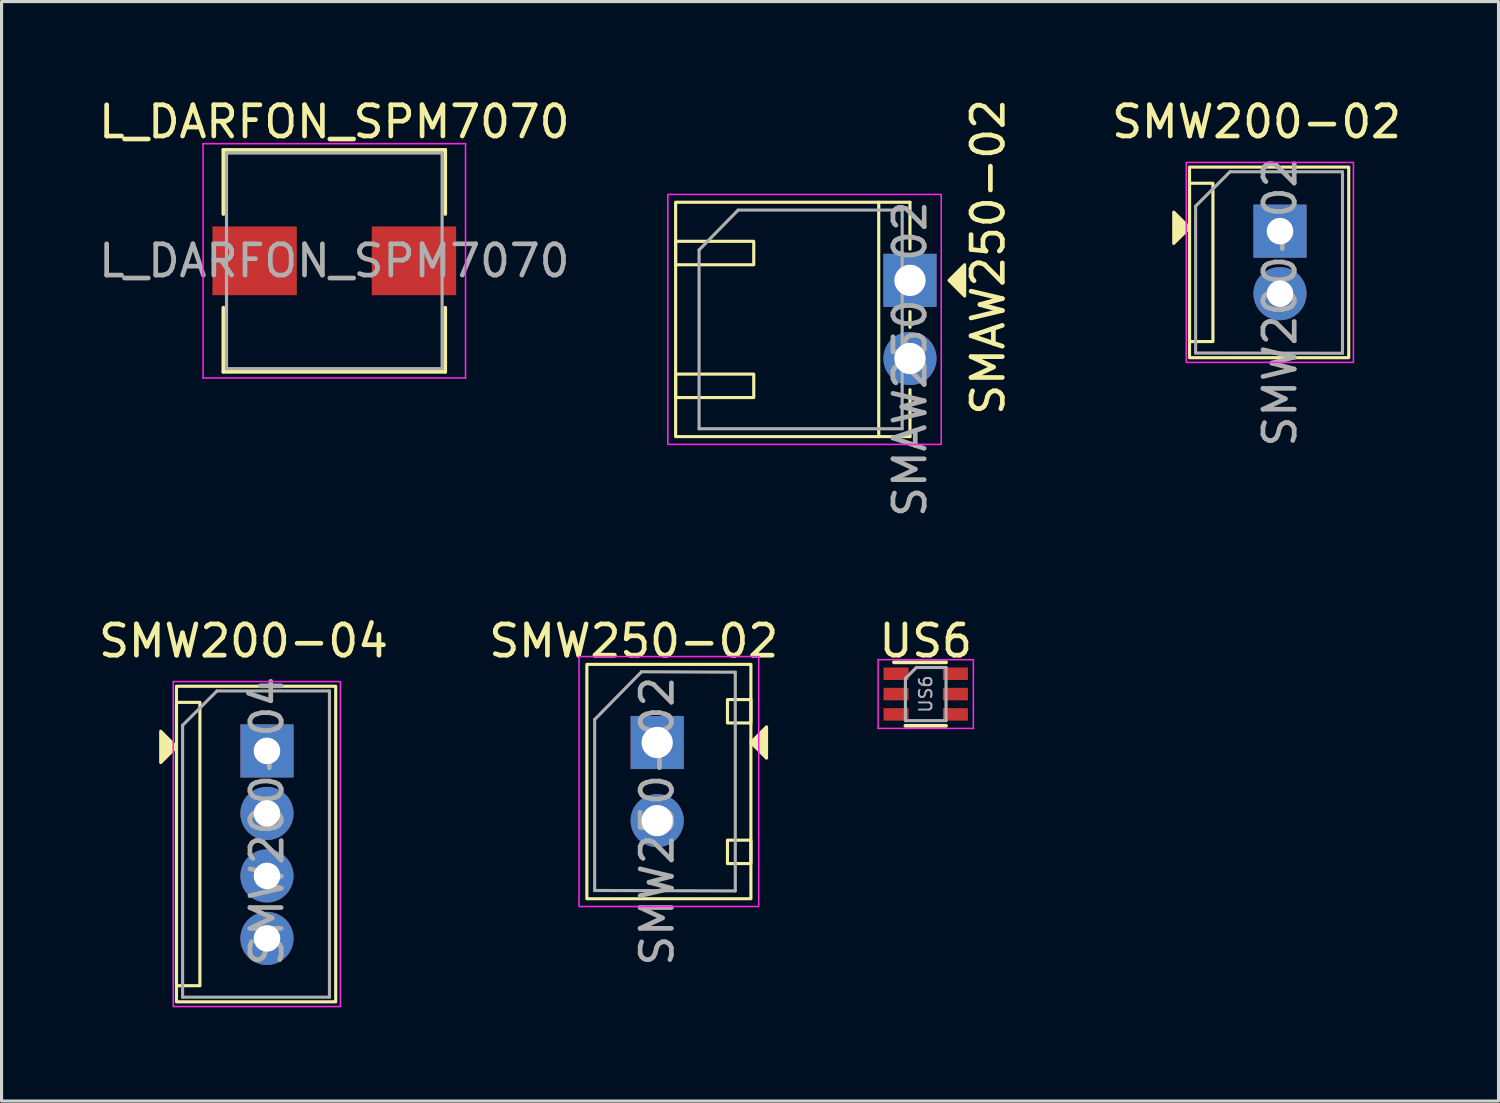
<source format=kicad_pcb>
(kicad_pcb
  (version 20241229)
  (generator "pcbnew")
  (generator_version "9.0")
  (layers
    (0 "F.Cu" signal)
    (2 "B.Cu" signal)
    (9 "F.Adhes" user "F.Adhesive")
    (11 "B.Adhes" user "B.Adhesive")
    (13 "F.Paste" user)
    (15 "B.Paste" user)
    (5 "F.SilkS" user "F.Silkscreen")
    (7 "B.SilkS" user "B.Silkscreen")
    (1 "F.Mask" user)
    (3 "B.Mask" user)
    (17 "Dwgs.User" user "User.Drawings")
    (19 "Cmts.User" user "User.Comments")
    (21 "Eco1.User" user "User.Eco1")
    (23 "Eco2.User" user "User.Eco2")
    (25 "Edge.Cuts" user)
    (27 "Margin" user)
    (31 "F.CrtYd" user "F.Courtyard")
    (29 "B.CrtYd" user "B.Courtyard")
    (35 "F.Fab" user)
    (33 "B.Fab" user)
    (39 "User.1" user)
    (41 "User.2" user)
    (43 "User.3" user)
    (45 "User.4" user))
  (footprint "SMW200-04"
    (layer "F.Cu")
    (at 5.494 23.983)
    (property "Reference" "SMW200-04" (at -0.75 -6.52 0) (layer "F.SilkS") (effects (font (size 1 1) (thickness 0.15))))
    (attr through_hole)
    (fp_rect (start -2.896 -5.07) (end 2.2 5.03) (stroke (width 0.1) (type default)) (fill no) (layer "F.SilkS"))
    (fp_rect (start -2.896 -4.554) (end -2.146 4.514) (stroke (width 0.1) (type default)) (fill no) (layer "F.SilkS"))
    (fp_poly (pts (xy -2.9 -3.129) (xy -3.4 -2.629) (xy -3.4 -3.629)) (stroke (width 0.1) (type solid)) (fill yes) (layer "F.SilkS"))
    (fp_rect (start -3 -5.22) (end 2.35 5.18) (stroke (width 0.05) (type default)) (fill no) (layer "F.CrtYd"))
    (fp_line (start -2.7 -3.82) (end -1.6 -4.92) (stroke (width 0.1) (type solid)) (layer "F.Fab"))
    (fp_line (start -2.7 4.88) (end -2.7 -3.82) (stroke (width 0.1) (type solid)) (layer "F.Fab"))
    (fp_line (start -1.6 -4.92) (end 2 -4.92) (stroke (width 0.1) (type solid)) (layer "F.Fab"))
    (fp_line (start 2 -4.92) (end 2 4.88) (stroke (width 0.1) (type solid)) (layer "F.Fab"))
    (fp_line (start 2 4.88) (end -2.7 4.88) (stroke (width 0.1) (type solid)) (layer "F.Fab"))
    (fp_text user "${REFERENCE}" (at 0 -0.75 90) (layer "F.Fab") (effects (font (size 1 1) (thickness 0.15))))
    (pad "1" thru_hole rect (at 0 -3) (size 1.7 1.7) (drill 0.85) (layers "*.Cu" "*.Mask"))
    (pad "2" thru_hole oval (at 0 -1) (size 1.7 1.7) (drill 0.85) (layers "*.Cu" "*.Mask"))
    (pad "3" thru_hole oval (at 0 1) (size 1.7 1.7) (drill 0.85) (layers "*.Cu" "*.Mask"))
    (pad "4" thru_hole oval (at 0 3) (size 1.7 1.7) (drill 0.85) (layers "*.Cu" "*.Mask")))
  (footprint "SMW250-02"
    (layer "F.Cu")
    (at 17.982 21.963)
    (property "Reference" "SMW250-02" (at -0.75 -4.5 0) (layer "F.SilkS") (effects (font (size 1 1) (thickness 0.15))))
    (attr through_hole)
    (fp_rect (start -2.25 -3.75) (end 3 3.75) (stroke (width 0.1) (type default)) (fill no) (layer "F.SilkS"))
    (fp_rect (start 2.25 -2.625) (end 3 -1.875) (stroke (width 0.1) (type default)) (fill no) (layer "F.SilkS"))
    (fp_rect (start 2.25 1.875) (end 3 2.625) (stroke (width 0.1) (type default)) (fill no) (layer "F.SilkS"))
    (fp_poly (pts (xy 3 -1.25) (xy 3.5 -1.75) (xy 3.5 -0.75)) (stroke (width 0.1) (type solid)) (fill yes) (layer "F.SilkS"))
    (fp_rect (start -2.5 -4) (end 3.25 4) (stroke (width 0.05) (type default)) (fill no) (layer "F.CrtYd"))
    (fp_line (start -2 -1.986) (end -0.5 -3.514) (stroke (width 0.1) (type solid)) (layer "F.Fab"))
    (fp_line (start -2 3.486) (end -2 -1.986) (stroke (width 0.1) (type solid)) (layer "F.Fab"))
    (fp_line (start -0.5 -3.514) (end 2.5 -3.5) (stroke (width 0.1) (type solid)) (layer "F.Fab"))
    (fp_line (start 2.5 -3.5) (end 2.5 3.5) (stroke (width 0.1) (type solid)) (layer "F.Fab"))
    (fp_line (start 2.5 3.5) (end -2 3.486) (stroke (width 0.1) (type solid)) (layer "F.Fab"))
    (fp_text user "${REFERENCE}" (at 0 1.27 90) (layer "F.Fab") (effects (font (size 1 1) (thickness 0.15))))
    (pad "1" thru_hole rect (at 0 -1.25) (size 1.7 1.7) (drill 1) (layers "*.Cu" "*.Mask"))
    (pad "2" thru_hole oval (at 0 1.25) (size 1.7 1.7) (drill 1) (layers "*.Cu" "*.Mask")))
  (footprint "SMAW250-02"
    (layer "F.Cu")
    (at 26.073 7.173)
    (property "Reference" "SMAW250-02" (at 2.5 -2 90) (layer "F.SilkS") (effects (font (size 1 1) (thickness 0.15))))
    (attr through_hole)
    (fp_line (start -1 -3.75) (end 0 -3.75) (stroke (width 0.1) (type default)) (layer "F.SilkS"))
    (fp_line (start -1 3.75) (end 0 3.75) (stroke (width 0.1) (type default)) (layer "F.SilkS"))
    (fp_line (start 0 -3.75) (end 0 -2.25) (stroke (width 0.1) (type default)) (layer "F.SilkS"))
    (fp_line (start 0 -0.25) (end 0 0.25) (stroke (width 0.1) (type default)) (layer "F.SilkS"))
    (fp_line (start 0 3.75) (end 0 2.25) (stroke (width 0.1) (type default)) (layer "F.SilkS"))
    (fp_rect (start -7.5 -3.75) (end -1 3.75) (stroke (width 0.1) (type default)) (fill no) (layer "F.SilkS"))
    (fp_rect (start -7.5 -2.5) (end -5 -1.75) (stroke (width 0.1) (type default)) (fill no) (layer "F.SilkS"))
    (fp_rect (start -7.5 1.75) (end -5 2.5) (stroke (width 0.1) (type default)) (fill no) (layer "F.SilkS"))
    (fp_poly (pts (xy 1.25 -1.25) (xy 1.75 -1.75) (xy 1.75 -0.75)) (stroke (width 0.1) (type solid)) (fill yes) (layer "F.SilkS"))
    (fp_rect (start -7.75 -4) (end 1 4) (stroke (width 0.05) (type default)) (fill no) (layer "F.CrtYd"))
    (fp_line (start -6.75 -2.223) (end -5.5 -3.5) (stroke (width 0.1) (type solid)) (layer "F.Fab"))
    (fp_line (start -6.75 3.5) (end -6.75 -2.223) (stroke (width 0.1) (type solid)) (layer "F.Fab"))
    (fp_line (start -5.5 -3.5) (end -0.25 -3.5) (stroke (width 0.1) (type solid)) (layer "F.Fab"))
    (fp_line (start -0.25 -3.5) (end -0.25 3.5) (stroke (width 0.1) (type solid)) (layer "F.Fab"))
    (fp_line (start -0.25 3.5) (end -6.75 3.5) (stroke (width 0.1) (type solid)) (layer "F.Fab"))
    (fp_text user "${REFERENCE}" (at 0 1.27 90) (layer "F.Fab") (effects (font (size 1 1) (thickness 0.15))))
    (pad "1" thru_hole rect (at 0 -1.25) (size 1.7 1.7) (drill 1) (layers "*.Cu" "*.Mask"))
    (pad "2" thru_hole oval (at 0 1.25) (size 1.7 1.7) (drill 1) (layers "*.Cu" "*.Mask")))
  (footprint "US6"
    (layer "F.Cu")
    (at 26.577 19.163)
    (property "Reference" "US6" (at 0 -1.7 0) (layer "F.SilkS") (effects (font (size 1 1) (thickness 0.15))))
    (attr smd)
    (fp_line (start -1.016 -1.016) (end 0.65 -1.016) (stroke (width 0.12) (type solid)) (layer "F.SilkS"))
    (fp_line (start 0.65 1.016) (end -0.65 1.016) (stroke (width 0.12) (type solid)) (layer "F.SilkS"))
    (fp_line (start -1.524 -1.1) (end -1.524 1.1) (stroke (width 0.05) (type solid)) (layer "F.CrtYd"))
    (fp_line (start -1.524 -1.1) (end 1.524 -1.1) (stroke (width 0.05) (type solid)) (layer "F.CrtYd"))
    (fp_line (start 1.524 1.1) (end -1.524 1.1) (stroke (width 0.05) (type solid)) (layer "F.CrtYd"))
    (fp_line (start 1.524 1.1) (end 1.524 -1.1) (stroke (width 0.05) (type solid)) (layer "F.CrtYd"))
    (fp_line (start -0.65 -0.5) (end -0.65 0.85) (stroke (width 0.1) (type solid)) (layer "F.Fab"))
    (fp_line (start -0.65 -0.5) (end -0.3 -0.85) (stroke (width 0.1) (type solid)) (layer "F.Fab"))
    (fp_line (start -0.65 0.85) (end 0.65 0.85) (stroke (width 0.1) (type solid)) (layer "F.Fab"))
    (fp_line (start 0.65 -0.85) (end -0.3 -0.85) (stroke (width 0.1) (type solid)) (layer "F.Fab"))
    (fp_line (start 0.65 0.85) (end 0.65 -0.85) (stroke (width 0.1) (type solid)) (layer "F.Fab"))
    (fp_text user "${REFERENCE}" (at 0 0 90) (layer "F.Fab") (effects (font (size 0.4 0.4) (thickness 0.062))))
    (pad "1" smd rect (at -0.95 -0.65) (size 0.8 0.4) (layers "F.Cu" "F.Mask" "F.Paste"))
    (pad "2" smd rect (at -0.95 0) (size 0.8 0.4) (layers "F.Cu" "F.Mask" "F.Paste"))
    (pad "3" smd rect (at -0.95 0.65) (size 0.8 0.4) (layers "F.Cu" "F.Mask" "F.Paste"))
    (pad "4" smd rect (at 0.95 0.65) (size 0.8 0.4) (layers "F.Cu" "F.Mask" "F.Paste"))
    (pad "5" smd rect (at 0.95 0) (size 0.8 0.4) (layers "F.Cu" "F.Mask" "F.Paste"))
    (pad "6" smd rect (at 0.95 -0.65) (size 0.8 0.4) (layers "F.Cu" "F.Mask" "F.Paste")))
  (footprint "SMW200-02"
    (layer "F.Cu")
    (at 37.915 5.348)
    (property "Reference" "SMW200-02" (at -0.75 -4.5 0) (layer "F.SilkS") (effects (font (size 1 1) (thickness 0.15))))
    (attr through_hole)
    (fp_rect (start -2.896 -3.05) (end 2.2 3.05) (stroke (width 0.1) (type default)) (fill no) (layer "F.SilkS"))
    (fp_rect (start -2.896 -2.534) (end -2.146 2.534) (stroke (width 0.1) (type default)) (fill no) (layer "F.SilkS"))
    (fp_poly (pts (xy -2.9 -1.109) (xy -3.4 -0.609) (xy -3.4 -1.609)) (stroke (width 0.1) (type solid)) (fill yes) (layer "F.SilkS"))
    (fp_rect (start -3 -3.2) (end 2.35 3.2) (stroke (width 0.05) (type default)) (fill no) (layer "F.CrtYd"))
    (fp_line (start -2.7 -1.8) (end -1.6 -2.9) (stroke (width 0.1) (type solid)) (layer "F.Fab"))
    (fp_line (start -2.7 2.9) (end -2.7 -1.8) (stroke (width 0.1) (type solid)) (layer "F.Fab"))
    (fp_line (start -1.6 -2.9) (end 2 -2.9) (stroke (width 0.1) (type solid)) (layer "F.Fab"))
    (fp_line (start 2 -2.9) (end 2 2.907) (stroke (width 0.1) (type solid)) (layer "F.Fab"))
    (fp_line (start 2 2.907) (end -2.7 2.9) (stroke (width 0.1) (type solid)) (layer "F.Fab"))
    (fp_text user "${REFERENCE}" (at 0 1.27 90) (layer "F.Fab") (effects (font (size 1 1) (thickness 0.15))))
    (pad "1" thru_hole rect (at 0 -1) (size 1.7 1.7) (drill 0.85) (layers "*.Cu" "*.Mask"))
    (pad "2" thru_hole oval (at 0 1) (size 1.7 1.7) (drill 0.85) (layers "*.Cu" "*.Mask")))
  (footprint "L_DARFON_SPM7070"
    (layer "F.Cu")
    (at 7.649 5.298)
    (property "Reference" "L_DARFON_SPM7070" (at 0 -4.45 0) (layer "F.SilkS") (effects (font (size 1 1) (thickness 0.15))))
    (attr smd)
    (fp_line (start -3.55 -3.55) (end 3.55 -3.55) (stroke (width 0.12) (type solid)) (layer "F.SilkS"))
    (fp_line (start -3.55 -1.5) (end -3.55 -3.55) (stroke (width 0.12) (type solid)) (layer "F.SilkS"))
    (fp_line (start -3.55 1.5) (end -3.55 3.55) (stroke (width 0.12) (type solid)) (layer "F.SilkS"))
    (fp_line (start -3.55 3.55) (end 3.55 3.55) (stroke (width 0.12) (type solid)) (layer "F.SilkS"))
    (fp_line (start 3.55 -3.55) (end 3.55 -1.5) (stroke (width 0.12) (type solid)) (layer "F.SilkS"))
    (fp_line (start 3.55 3.55) (end 3.55 1.5) (stroke (width 0.12) (type solid)) (layer "F.SilkS"))
    (fp_line (start -4.2 -3.75) (end -4.2 3.75) (stroke (width 0.05) (type solid)) (layer "F.CrtYd"))
    (fp_line (start -4.2 3.75) (end 4.2 3.75) (stroke (width 0.05) (type solid)) (layer "F.CrtYd"))
    (fp_line (start 4.2 -3.75) (end -4.2 -3.75) (stroke (width 0.05) (type solid)) (layer "F.CrtYd"))
    (fp_line (start 4.2 3.75) (end 4.2 -3.75) (stroke (width 0.05) (type solid)) (layer "F.CrtYd"))
    (fp_line (start -3.45 -3.45) (end -3.45 3.45) (stroke (width 0.1) (type solid)) (layer "F.Fab"))
    (fp_line (start -3.45 3.45) (end 3.45 3.45) (stroke (width 0.1) (type solid)) (layer "F.Fab"))
    (fp_line (start 3.45 -3.45) (end -3.45 -3.45) (stroke (width 0.1) (type solid)) (layer "F.Fab"))
    (fp_line (start 3.45 3.45) (end 3.45 -3.45) (stroke (width 0.1) (type solid)) (layer "F.Fab"))
    (fp_text user "${REFERENCE}" (at 0 0 0) (layer "F.Fab") (effects (font (size 1 1) (thickness 0.15))))
    (pad "1" smd rect (at -2.55 0) (size 2.7 2.2) (layers "F.Cu" "F.Mask" "F.Paste"))
    (pad "2" smd rect (at 2.55 0) (size 2.7 2.2) (layers "F.Cu" "F.Mask" "F.Paste")))
  (gr_rect
    (start -3 -3)
    (end 44.909 32.188)
    (stroke (width 0.1) (type default))
    (fill no)
    (layer "Edge.Cuts")))
</source>
